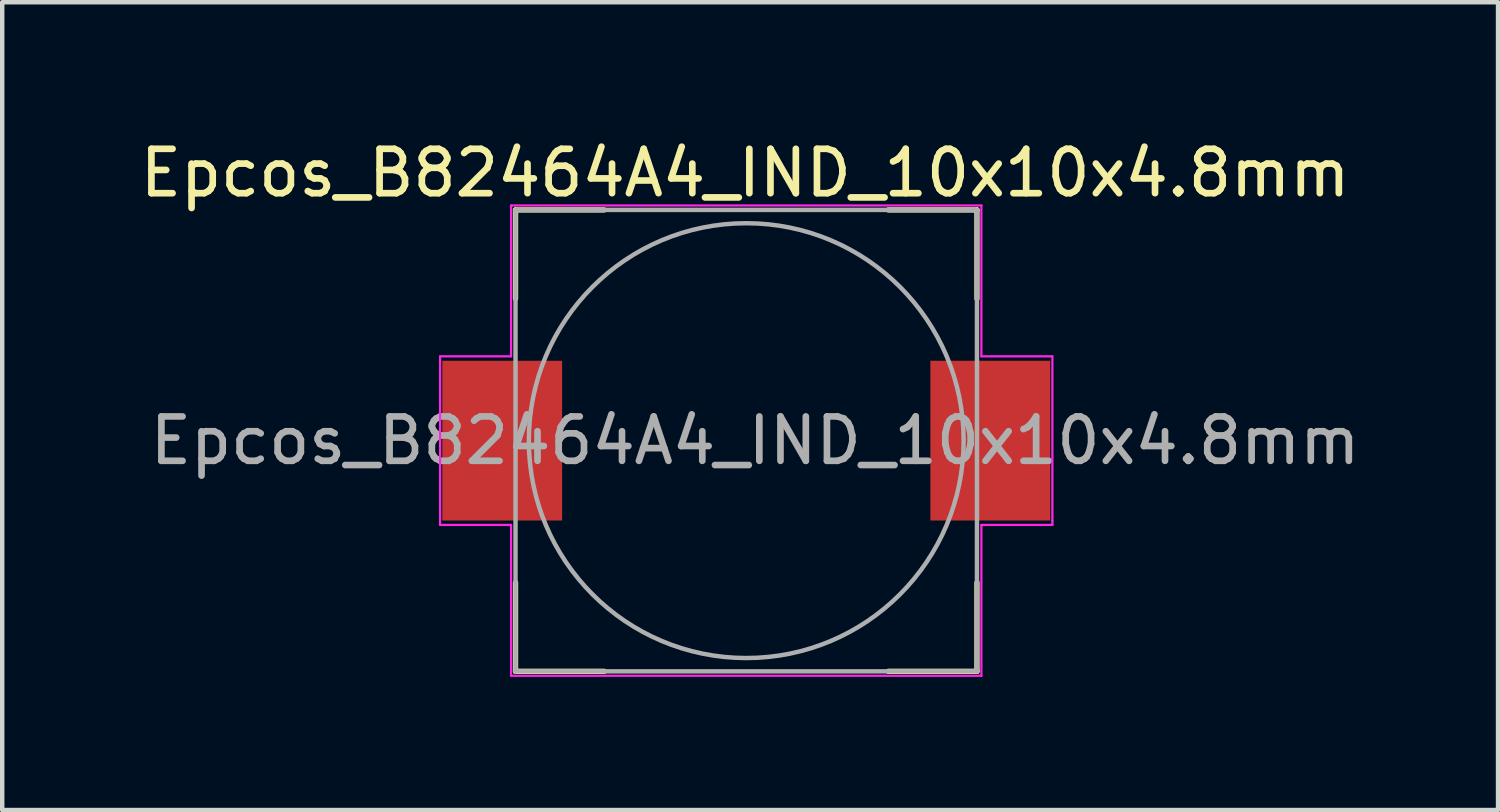
<source format=kicad_pcb>
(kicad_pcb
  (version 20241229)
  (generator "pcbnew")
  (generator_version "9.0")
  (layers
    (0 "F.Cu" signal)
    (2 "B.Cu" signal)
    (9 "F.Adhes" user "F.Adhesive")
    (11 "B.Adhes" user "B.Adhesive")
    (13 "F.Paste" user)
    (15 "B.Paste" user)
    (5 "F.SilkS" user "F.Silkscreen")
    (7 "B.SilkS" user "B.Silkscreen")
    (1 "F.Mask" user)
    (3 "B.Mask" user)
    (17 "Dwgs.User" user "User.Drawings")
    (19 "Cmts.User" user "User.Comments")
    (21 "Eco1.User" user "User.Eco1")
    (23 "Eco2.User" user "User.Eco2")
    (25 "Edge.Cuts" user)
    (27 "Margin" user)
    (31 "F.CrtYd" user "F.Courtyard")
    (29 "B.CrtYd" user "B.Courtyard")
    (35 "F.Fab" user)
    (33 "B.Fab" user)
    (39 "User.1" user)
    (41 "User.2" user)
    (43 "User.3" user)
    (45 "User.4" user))
  (footprint "Epcos_B82464A4_IND_10x10x4.8mm"
    (layer "F.Cu")
    (at 13.769 6.881)
    (property "Reference" "Epcos_B82464A4_IND_10x10x4.8mm" (at -0.025 -6.032 0) (layer "F.SilkS") (effects (font (size 1 1) (thickness 0.15))))
    (attr through_hole)
    (fp_line (start -5.2 -5.2) (end -3.2 -5.2) (stroke (width 0.12) (type solid)) (layer "F.SilkS"))
    (fp_line (start -5.2 -3.2) (end -5.2 -5.2) (stroke (width 0.12) (type solid)) (layer "F.SilkS"))
    (fp_line (start -5.2 5.2) (end -5.2 3.2) (stroke (width 0.12) (type solid)) (layer "F.SilkS"))
    (fp_line (start -3.2 5.2) (end -5.2 5.2) (stroke (width 0.12) (type solid)) (layer "F.SilkS"))
    (fp_line (start 3.2 -5.2) (end 5.2 -5.2) (stroke (width 0.12) (type solid)) (layer "F.SilkS"))
    (fp_line (start 5.2 -5.2) (end 5.2 -3.2) (stroke (width 0.12) (type solid)) (layer "F.SilkS"))
    (fp_line (start 5.2 3.2) (end 5.2 5.2) (stroke (width 0.12) (type solid)) (layer "F.SilkS"))
    (fp_line (start 5.2 5.2) (end 3.2 5.2) (stroke (width 0.12) (type solid)) (layer "F.SilkS"))
    (fp_line (start -6.9 -1.9) (end -5.3 -1.9) (stroke (width 0.05) (type solid)) (layer "F.CrtYd"))
    (fp_line (start -6.9 1.9) (end -6.9 -1.9) (stroke (width 0.05) (type solid)) (layer "F.CrtYd"))
    (fp_line (start -5.3 -5.3) (end 5.3 -5.3) (stroke (width 0.05) (type solid)) (layer "F.CrtYd"))
    (fp_line (start -5.3 -1.9) (end -5.3 -5.3) (stroke (width 0.05) (type solid)) (layer "F.CrtYd"))
    (fp_line (start -5.3 1.9) (end -6.9 1.9) (stroke (width 0.05) (type solid)) (layer "F.CrtYd"))
    (fp_line (start -5.3 5.3) (end -5.3 1.9) (stroke (width 0.05) (type solid)) (layer "F.CrtYd"))
    (fp_line (start 5.3 -5.3) (end 5.3 -1.9) (stroke (width 0.05) (type solid)) (layer "F.CrtYd"))
    (fp_line (start 5.3 -1.9) (end 6.9 -1.9) (stroke (width 0.05) (type solid)) (layer "F.CrtYd"))
    (fp_line (start 5.3 1.9) (end 5.3 5.3) (stroke (width 0.05) (type solid)) (layer "F.CrtYd"))
    (fp_line (start 5.3 5.3) (end -5.3 5.3) (stroke (width 0.05) (type solid)) (layer "F.CrtYd"))
    (fp_line (start 6.9 -1.9) (end 6.9 1.8) (stroke (width 0.05) (type solid)) (layer "F.CrtYd"))
    (fp_line (start 6.9 1.8) (end 6.9 1.9) (stroke (width 0.05) (type solid)) (layer "F.CrtYd"))
    (fp_line (start 6.9 1.9) (end 5.3 1.9) (stroke (width 0.05) (type solid)) (layer "F.CrtYd"))
    (fp_line (start -5.2 -5.2) (end 5.2 -5.2) (stroke (width 0.1) (type solid)) (layer "F.Fab"))
    (fp_line (start -5.2 5.2) (end -5.2 -5.2) (stroke (width 0.1) (type solid)) (layer "F.Fab"))
    (fp_line (start 5.2 -5.2) (end 5.2 5.2) (stroke (width 0.1) (type solid)) (layer "F.Fab"))
    (fp_line (start 5.2 5.2) (end -5.2 5.2) (stroke (width 0.1) (type solid)) (layer "F.Fab"))
    (fp_circle (center 0 0) (end 4.9 0) (stroke (width 0.1) (type solid)) (fill no) (layer "F.Fab"))
    (fp_text user "${REFERENCE}" (at 0.2 0 0) (layer "F.Fab") (effects (font (size 1 1) (thickness 0.15))))
    (pad "1" smd rect (at -5.5 0) (size 2.7 3.6) (layers "F.Cu" "F.Mask" "F.Paste"))
    (pad "2" smd rect (at 5.5 0) (size 2.7 3.6) (layers "F.Cu" "F.Mask" "F.Paste")))
  (gr_rect
    (start -3 -3)
    (end 30.713 15.206)
    (stroke (width 0.1) (type default))
    (fill no)
    (layer "Edge.Cuts")))
</source>
